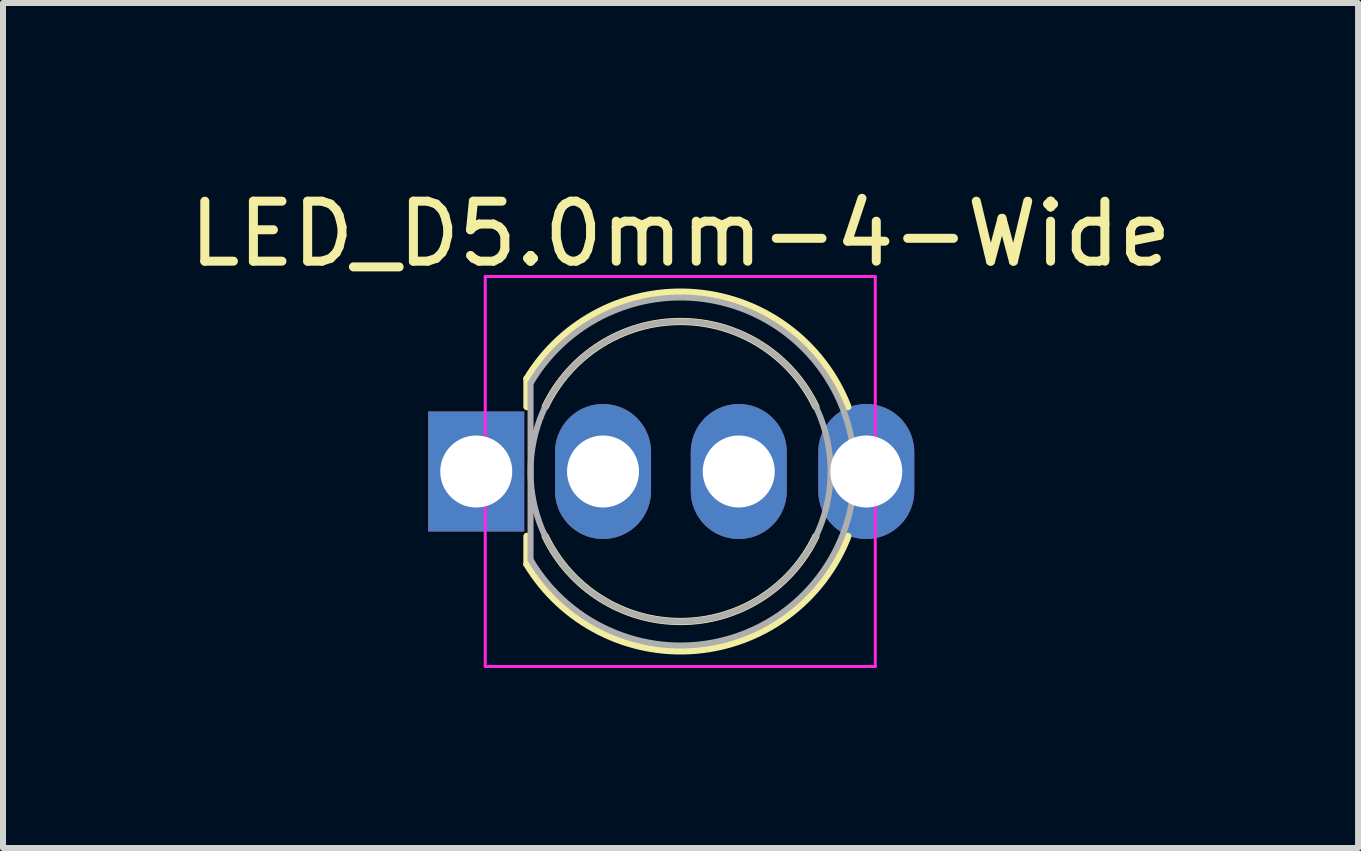
<source format=kicad_pcb>
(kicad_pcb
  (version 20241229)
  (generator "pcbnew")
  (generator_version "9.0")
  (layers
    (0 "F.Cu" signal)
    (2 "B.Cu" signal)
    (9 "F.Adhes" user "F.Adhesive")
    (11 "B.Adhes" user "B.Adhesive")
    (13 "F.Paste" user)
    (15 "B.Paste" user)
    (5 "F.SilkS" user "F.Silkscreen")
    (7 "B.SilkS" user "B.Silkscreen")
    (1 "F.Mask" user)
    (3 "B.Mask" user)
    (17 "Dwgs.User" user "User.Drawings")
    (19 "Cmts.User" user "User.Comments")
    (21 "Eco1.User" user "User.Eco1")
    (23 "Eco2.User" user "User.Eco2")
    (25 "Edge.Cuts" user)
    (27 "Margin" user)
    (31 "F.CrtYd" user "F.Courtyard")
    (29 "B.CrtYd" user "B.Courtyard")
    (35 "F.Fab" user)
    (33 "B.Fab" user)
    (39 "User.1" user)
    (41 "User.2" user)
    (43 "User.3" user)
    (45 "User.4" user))
  (footprint "LED_D5.0mm-4-Wide"
    (layer "F.Cu")
    (at 6.387 4.808)
    (property "Reference" "LED_D5.0mm-4-Wide" (at 1.905 -3.96 0) (layer "F.SilkS") (effects (font (size 1 1) (thickness 0.15))))
    (attr through_hole)
    (fp_line (start -0.655 -1.545) (end -0.655 -1.08) (stroke (width 0.12) (type solid)) (layer "F.SilkS"))
    (fp_line (start -0.655 1.08) (end -0.655 1.545) (stroke (width 0.12) (type solid)) (layer "F.SilkS"))
    (fp_arc (start -0.655 -1.54483) (mid 2.163456 -2.978809) (end 4.692815 -1.080827) (stroke (width 0.12) (type solid)) (layer "F.SilkS"))
    (fp_arc (start -0.349684 -1.08) (mid 1.904762 -2.5) (end 4.159479 -1.080429) (stroke (width 0.12) (type solid)) (layer "F.SilkS"))
    (fp_arc (start 4.159479 1.080429) (mid 1.904762 2.5) (end -0.349684 1.08) (stroke (width 0.12) (type solid)) (layer "F.SilkS"))
    (fp_arc (start 4.692815 1.080827) (mid 2.163456 2.978808) (end -0.655 1.54483) (stroke (width 0.12) (type solid)) (layer "F.SilkS"))
    (fp_line (start -1.35 -3.25) (end -1.35 3.25) (stroke (width 0.05) (type solid)) (layer "F.CrtYd"))
    (fp_line (start -1.35 3.25) (end 5.15 3.25) (stroke (width 0.05) (type solid)) (layer "F.CrtYd"))
    (fp_line (start 5.15 -3.25) (end -1.35 -3.25) (stroke (width 0.05) (type solid)) (layer "F.CrtYd"))
    (fp_line (start 5.15 3.25) (end 5.15 -3.25) (stroke (width 0.05) (type solid)) (layer "F.CrtYd"))
    (fp_line (start -0.595 -1.47) (end -0.595 1.47) (stroke (width 0.1) (type solid)) (layer "F.Fab"))
    (fp_arc (start -0.595 -1.469694) (mid 4.805 0.000016) (end -0.595016 1.469666) (stroke (width 0.1) (type solid)) (layer "F.Fab"))
    (fp_circle (center 1.905 0) (end 4.405 0) (stroke (width 0.1) (type solid)) (fill no) (layer "F.Fab"))
    (pad "1" thru_hole rect (at -1.5 0) (size 1.6 2) (drill 1.2) (layers "*.Cu" "*.Mask"))
    (pad "2" thru_hole oval (at 0.613 0) (size 1.6 2.25) (drill 1.2) (layers "*.Cu" "*.Mask"))
    (pad "3" thru_hole oval (at 2.875 0) (size 1.6 2.25) (drill 1.2) (layers "*.Cu" "*.Mask"))
    (pad "4" thru_hole oval (at 5 0) (size 1.6 2.25) (drill 1.2) (layers "*.Cu" "*.Mask")))
  (gr_rect
    (start -3 -3)
    (end 19.583 11.083)
    (stroke (width 0.1) (type default))
    (fill no)
    (layer "Edge.Cuts")))
</source>
